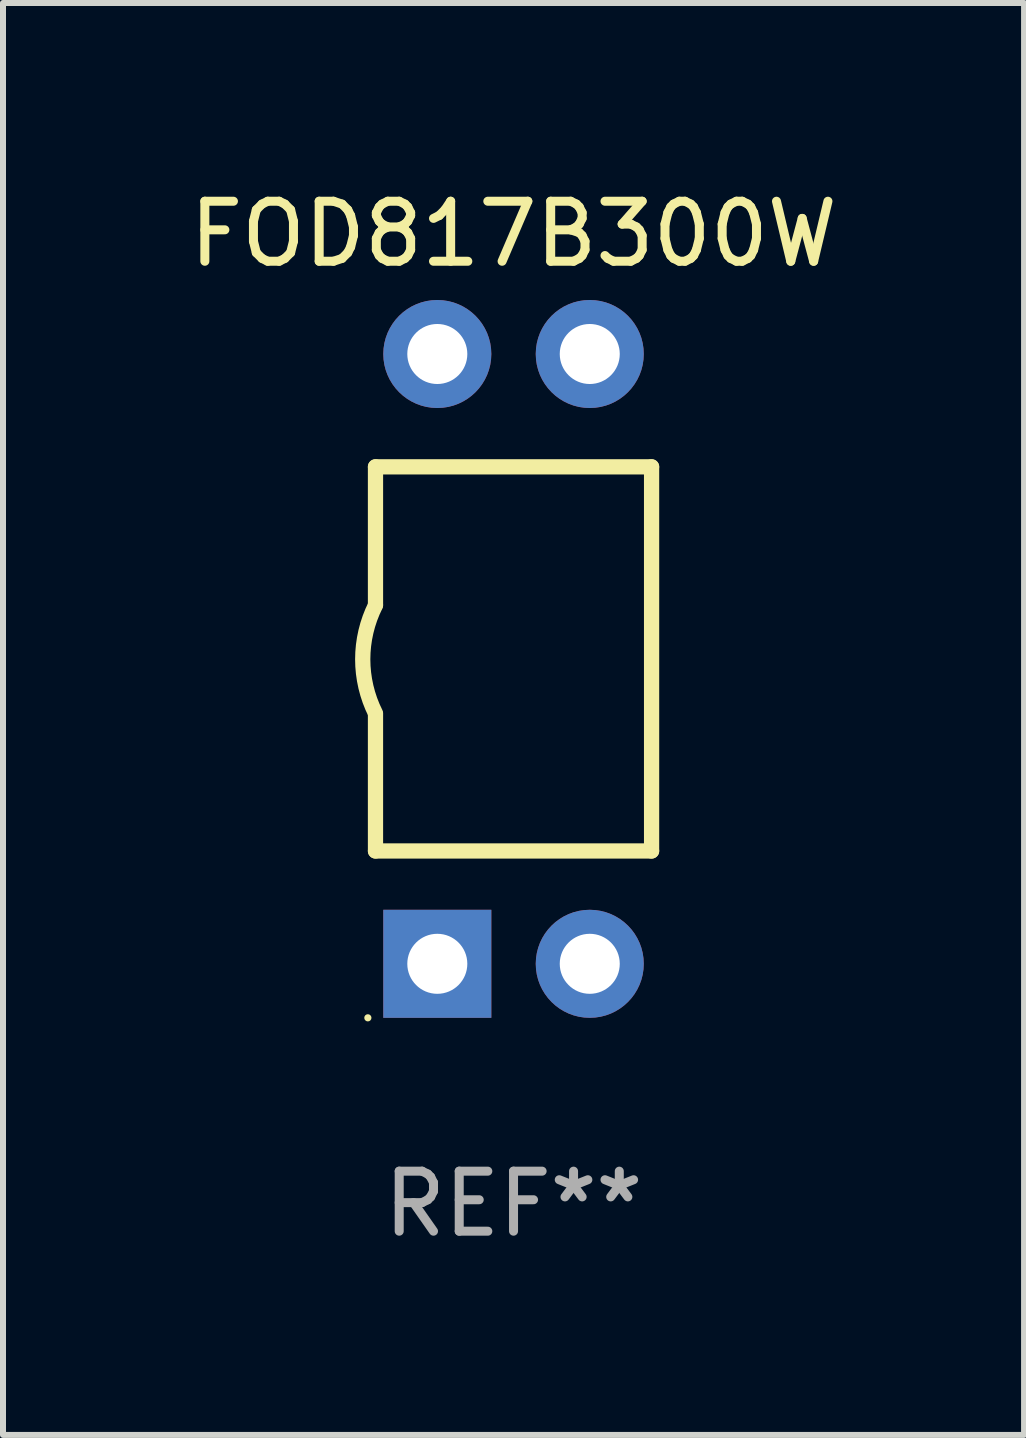
<source format=kicad_pcb>
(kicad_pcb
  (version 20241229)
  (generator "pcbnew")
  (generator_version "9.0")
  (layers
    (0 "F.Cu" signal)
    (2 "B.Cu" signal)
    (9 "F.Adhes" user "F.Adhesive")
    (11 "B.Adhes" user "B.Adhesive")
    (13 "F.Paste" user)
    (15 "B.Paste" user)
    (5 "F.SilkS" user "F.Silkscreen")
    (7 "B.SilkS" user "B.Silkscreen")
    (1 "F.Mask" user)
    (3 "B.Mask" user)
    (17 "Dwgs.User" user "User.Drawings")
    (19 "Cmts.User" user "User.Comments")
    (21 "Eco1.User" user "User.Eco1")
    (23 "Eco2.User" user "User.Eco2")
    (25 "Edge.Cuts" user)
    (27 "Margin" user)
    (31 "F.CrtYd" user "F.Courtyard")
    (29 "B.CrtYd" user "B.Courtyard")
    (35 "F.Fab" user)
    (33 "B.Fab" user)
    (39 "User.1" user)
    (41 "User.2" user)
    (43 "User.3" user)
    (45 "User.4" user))
  (footprint "FOD817B300W"
    (layer "F.Cu")
    (at 5.506 7.928)
    (property "Reference" "FOD817B300W" (at 0 -7.08 0) (layer "F.SilkS") (effects (font (size 1 1) (thickness 0.15))))
    (attr through_hole)
    (fp_line (start -2.3 -3.2) (end 2.3 -3.2) (stroke (width 0.254) (type solid)) (layer "F.SilkS"))
    (fp_line (start -2.3 -0.902) (end -2.3 -3.2) (stroke (width 0.254) (type solid)) (layer "F.SilkS"))
    (fp_line (start -2.3 3.2) (end -2.3 0.928) (stroke (width 0.254) (type solid)) (layer "F.SilkS"))
    (fp_line (start -2.3 3.2) (end 2.3 3.2) (stroke (width 0.254) (type solid)) (layer "F.SilkS"))
    (fp_line (start 2.3 3.2) (end 2.3 -3.2) (stroke (width 0.254) (type solid)) (layer "F.SilkS"))
    (fp_arc (start -2.3 0.907036) (mid -2.512563 0.006604) (end -2.3 -0.893828) (stroke (width 0.254001) (type solid)) (layer "F.SilkS"))
    (fp_circle (center -2.427 5.98) (end -2.397 5.98) (stroke (width 0.06) (type solid)) (fill no) (layer "F.SilkS"))
    (fp_text user "REF**" (at 0 9.08 0) (layer "F.Fab") (effects (font (size 1 1) (thickness 0.15))))
    (pad "1" thru_hole rect (at -1.27 5.08 90) (size 1.8 1.8) (drill 1) (layers "*.Cu" "*.Mask"))
    (pad "2" thru_hole circle (at 1.27 5.08) (size 1.8 1.8) (drill 1) (layers "*.Cu" "*.Mask"))
    (pad "3" thru_hole circle (at 1.27 -5.08) (size 1.8 1.8) (drill 1) (layers "*.Cu" "*.Mask"))
    (pad "4" thru_hole circle (at -1.27 -5.08) (size 1.8 1.8) (drill 1) (layers "*.Cu" "*.Mask")))
  (gr_rect
    (start -3 -3)
    (end 14.012 20.857)
    (stroke (width 0.1) (type default))
    (fill no)
    (layer "Edge.Cuts")))
</source>
